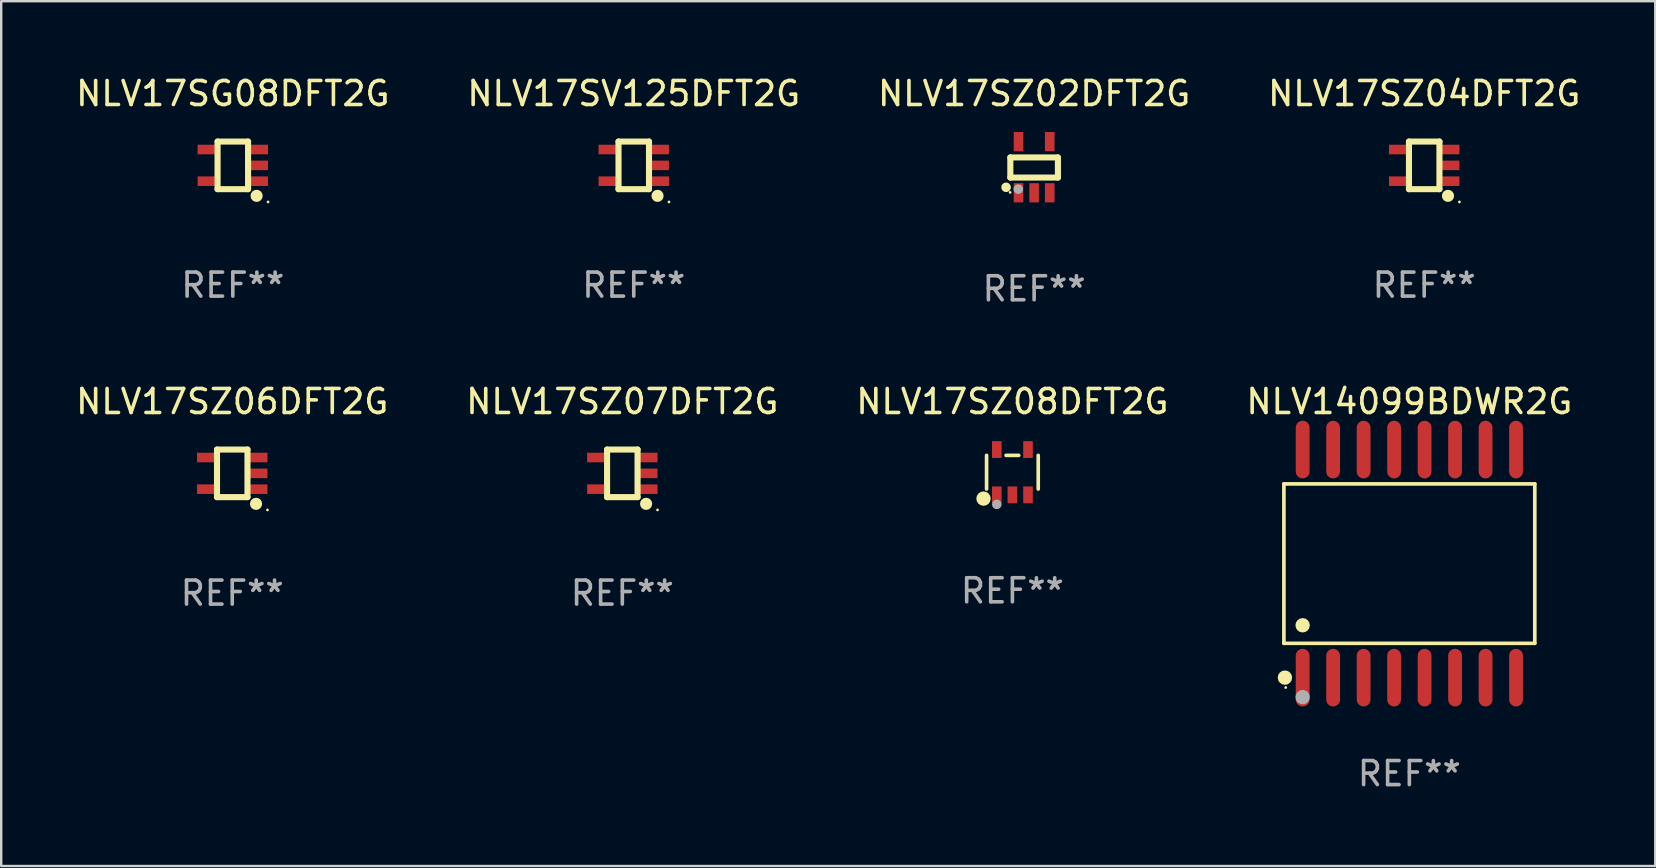
<source format=kicad_pcb>
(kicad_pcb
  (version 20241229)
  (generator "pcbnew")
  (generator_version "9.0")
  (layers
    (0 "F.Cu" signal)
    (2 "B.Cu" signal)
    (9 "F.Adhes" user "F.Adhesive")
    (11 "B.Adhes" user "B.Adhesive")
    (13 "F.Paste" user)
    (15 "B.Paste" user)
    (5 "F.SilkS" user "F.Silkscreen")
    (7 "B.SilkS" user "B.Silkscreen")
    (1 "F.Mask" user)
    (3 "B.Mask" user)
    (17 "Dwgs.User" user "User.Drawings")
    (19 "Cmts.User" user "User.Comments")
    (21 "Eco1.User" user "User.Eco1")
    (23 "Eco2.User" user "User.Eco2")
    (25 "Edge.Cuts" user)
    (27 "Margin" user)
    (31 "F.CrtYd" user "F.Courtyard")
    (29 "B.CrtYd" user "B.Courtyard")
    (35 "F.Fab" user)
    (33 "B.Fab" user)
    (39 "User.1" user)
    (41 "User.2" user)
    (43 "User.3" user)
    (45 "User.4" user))
  (footprint "NLV17SV125DFT2G"
    (layer "F.Cu")
    (at 23.351 3.839)
    (property "Reference" "NLV17SV125DFT2G" (at 0 -2.991 0) (layer "F.SilkS") (effects (font (size 1 1) (thickness 0.15))))
    (attr through_hole)
    (fp_line (start -0.635 -0.991) (end 0.635 -0.991) (stroke (width 0.254) (type solid)) (layer "F.SilkS"))
    (fp_line (start -0.635 0.991) (end -0.635 -0.991) (stroke (width 0.254) (type solid)) (layer "F.SilkS"))
    (fp_line (start 0.635 -0.991) (end 0.635 0.991) (stroke (width 0.254) (type solid)) (layer "F.SilkS"))
    (fp_line (start 0.635 0.991) (end -0.635 0.991) (stroke (width 0.254) (type solid)) (layer "F.SilkS"))
    (fp_circle (center 0.991 1.27) (end 1.118 1.27) (stroke (width 0.254) (type solid)) (fill no) (layer "F.SilkS"))
    (fp_circle (center 1.467 1.524) (end 1.497 1.524) (stroke (width 0.06) (type solid)) (fill no) (layer "F.SilkS"))
    (fp_text user "REF**" (at 0 4.991 0) (layer "F.Fab") (effects (font (size 1 1) (thickness 0.15))))
    (pad "1" smd rect (at 1.067 0.66 180) (size 0.8 0.399) (layers "F.Cu" "F.Mask" "F.Paste"))
    (pad "2" smd rect (at 1.067 0 180) (size 0.8 0.399) (layers "F.Cu" "F.Mask" "F.Paste"))
    (pad "3" smd rect (at 1.067 -0.66 180) (size 0.8 0.399) (layers "F.Cu" "F.Mask" "F.Paste"))
    (pad "4" smd rect (at -1.067 -0.66 180) (size 0.8 0.399) (layers "F.Cu" "F.Mask" "F.Paste"))
    (pad "5" smd rect (at -1.066 0.659 180) (size 0.8 0.399) (layers "F.Cu" "F.Mask" "F.Paste")))
  (footprint "NLV17SZ06DFT2G"
    (layer "F.Cu")
    (at 6.625 16.669)
    (property "Reference" "NLV17SZ06DFT2G" (at 0 -2.991 0) (layer "F.SilkS") (effects (font (size 1 1) (thickness 0.15))))
    (attr through_hole)
    (fp_line (start -0.635 -0.991) (end 0.635 -0.991) (stroke (width 0.254) (type solid)) (layer "F.SilkS"))
    (fp_line (start -0.635 0.991) (end -0.635 -0.991) (stroke (width 0.254) (type solid)) (layer "F.SilkS"))
    (fp_line (start 0.635 -0.991) (end 0.635 0.991) (stroke (width 0.254) (type solid)) (layer "F.SilkS"))
    (fp_line (start 0.635 0.991) (end -0.635 0.991) (stroke (width 0.254) (type solid)) (layer "F.SilkS"))
    (fp_circle (center 0.991 1.27) (end 1.118 1.27) (stroke (width 0.254) (type solid)) (fill no) (layer "F.SilkS"))
    (fp_circle (center 1.467 1.524) (end 1.497 1.524) (stroke (width 0.06) (type solid)) (fill no) (layer "F.SilkS"))
    (fp_text user "REF**" (at 0 4.991 0) (layer "F.Fab") (effects (font (size 1 1) (thickness 0.15))))
    (pad "1" smd rect (at 1.067 0.66 180) (size 0.8 0.399) (layers "F.Cu" "F.Mask" "F.Paste"))
    (pad "2" smd rect (at 1.067 0 180) (size 0.8 0.399) (layers "F.Cu" "F.Mask" "F.Paste"))
    (pad "3" smd rect (at 1.067 -0.66 180) (size 0.8 0.399) (layers "F.Cu" "F.Mask" "F.Paste"))
    (pad "4" smd rect (at -1.067 -0.66 180) (size 0.8 0.399) (layers "F.Cu" "F.Mask" "F.Paste"))
    (pad "5" smd rect (at -1.066 0.659 180) (size 0.8 0.399) (layers "F.Cu" "F.Mask" "F.Paste")))
  (footprint "NLV17SZ08DFT2G"
    (layer "F.Cu")
    (at 39.125 16.621)
    (property "Reference" "NLV17SZ08DFT2G" (at 0 -2.943 0) (layer "F.SilkS") (effects (font (size 1 1) (thickness 0.15))))
    (attr through_hole)
    (fp_line (start -1.076 0.701) (end -1.076 -0.701) (stroke (width 0.152) (type solid)) (layer "F.SilkS"))
    (fp_line (start 0.264 -0.701) (end -0.264 -0.701) (stroke (width 0.152) (type solid)) (layer "F.SilkS"))
    (fp_line (start 1.076 0.701) (end 1.076 -0.701) (stroke (width 0.152) (type solid)) (layer "F.SilkS"))
    (fp_circle (center -1.203 1.1) (end -1.053 1.1) (stroke (width 0.3) (type solid)) (fill no) (layer "F.SilkS"))
    (fp_circle (center -1 1.05) (end -0.97 1.05) (stroke (width 0.06) (type solid)) (fill no) (layer "F.SilkS"))
    (fp_circle (center -0.65 1.341) (end -0.55 1.341) (stroke (width 0.2) (type solid)) (fill no) (layer "F.Fab"))
    (fp_text user "REF**" (at 0 4.943 0) (layer "F.Fab") (effects (font (size 1 1) (thickness 0.15))))
    (pad "1" smd rect (at -0.65 0.943) (size 0.4 0.7) (layers "F.Cu" "F.Mask" "F.Paste"))
    (pad "2" smd rect (at 0.000114 0.943) (size 0.4 0.7) (layers "F.Cu" "F.Mask" "F.Paste"))
    (pad "3" smd rect (at 0.65 0.943) (size 0.4 0.7) (layers "F.Cu" "F.Mask" "F.Paste"))
    (pad "4" smd rect (at 0.65 -0.943) (size 0.4 0.7) (layers "F.Cu" "F.Mask" "F.Paste"))
    (pad "5" smd rect (at -0.65 -0.943) (size 0.4 0.7) (layers "F.Cu" "F.Mask" "F.Paste")))
  (footprint "NLV17SZ02DFT2G"
    (layer "F.Cu")
    (at 40.03 3.915)
    (property "Reference" "NLV17SZ02DFT2G" (at 0 -3.067 0) (layer "F.SilkS") (effects (font (size 1 1) (thickness 0.15))))
    (attr through_hole)
    (fp_line (start -0.991 -0.406) (end 0.991 -0.406) (stroke (width 0.254) (type solid)) (layer "F.SilkS"))
    (fp_line (start -0.991 0.432) (end -0.991 -0.406) (stroke (width 0.254) (type solid)) (layer "F.SilkS"))
    (fp_line (start 0.991 -0.406) (end 0.991 0.432) (stroke (width 0.254) (type solid)) (layer "F.SilkS"))
    (fp_line (start 0.991 0.432) (end -0.991 0.432) (stroke (width 0.254) (type solid)) (layer "F.SilkS"))
    (fp_circle (center -1.168 0.838) (end -1.068 0.838) (stroke (width 0.2) (type solid)) (fill no) (layer "F.SilkS"))
    (fp_circle (center -1 1.05) (end -0.97 1.05) (stroke (width 0.06) (type solid)) (fill no) (layer "F.SilkS"))
    (fp_circle (center -0.66 0.914) (end -0.56 0.914) (stroke (width 0.2) (type solid)) (fill no) (layer "F.Fab"))
    (fp_text user "REF**" (at 0 5.067 0) (layer "F.Fab") (effects (font (size 1 1) (thickness 0.15))))
    (pad "1" smd rect (at -0.65 1.067 90) (size 0.8 0.399) (layers "F.Cu" "F.Mask" "F.Paste"))
    (pad "2" smd rect (at 0 1.067 90) (size 0.8 0.399) (layers "F.Cu" "F.Mask" "F.Paste"))
    (pad "3" smd rect (at 0.65 1.067 90) (size 0.8 0.399) (layers "F.Cu" "F.Mask" "F.Paste"))
    (pad "4" smd rect (at 0.65 -1.067 90) (size 0.8 0.399) (layers "F.Cu" "F.Mask" "F.Paste"))
    (pad "5" smd rect (at -0.65 -1.066 90) (size 0.8 0.399) (layers "F.Cu" "F.Mask" "F.Paste")))
  (footprint "NLV17SG08DFT2G"
    (layer "F.Cu")
    (at 6.649 3.839)
    (property "Reference" "NLV17SG08DFT2G" (at 0 -2.991 0) (layer "F.SilkS") (effects (font (size 1 1) (thickness 0.15))))
    (attr through_hole)
    (fp_line (start -0.635 -0.991) (end 0.635 -0.991) (stroke (width 0.254) (type solid)) (layer "F.SilkS"))
    (fp_line (start -0.635 0.991) (end -0.635 -0.991) (stroke (width 0.254) (type solid)) (layer "F.SilkS"))
    (fp_line (start 0.635 -0.991) (end 0.635 0.991) (stroke (width 0.254) (type solid)) (layer "F.SilkS"))
    (fp_line (start 0.635 0.991) (end -0.635 0.991) (stroke (width 0.254) (type solid)) (layer "F.SilkS"))
    (fp_circle (center 0.991 1.27) (end 1.118 1.27) (stroke (width 0.254) (type solid)) (fill no) (layer "F.SilkS"))
    (fp_circle (center 1.467 1.524) (end 1.497 1.524) (stroke (width 0.06) (type solid)) (fill no) (layer "F.SilkS"))
    (fp_text user "REF**" (at 0 4.991 0) (layer "F.Fab") (effects (font (size 1 1) (thickness 0.15))))
    (pad "1" smd rect (at 1.067 0.66 180) (size 0.8 0.399) (layers "F.Cu" "F.Mask" "F.Paste"))
    (pad "2" smd rect (at 1.067 0 180) (size 0.8 0.399) (layers "F.Cu" "F.Mask" "F.Paste"))
    (pad "3" smd rect (at 1.067 -0.66 180) (size 0.8 0.399) (layers "F.Cu" "F.Mask" "F.Paste"))
    (pad "4" smd rect (at -1.067 -0.66 180) (size 0.8 0.399) (layers "F.Cu" "F.Mask" "F.Paste"))
    (pad "5" smd rect (at -1.066 0.659 180) (size 0.8 0.399) (layers "F.Cu" "F.Mask" "F.Paste")))
  (footprint "NLV14099BDWR2G"
    (layer "F.Cu")
    (at 55.661 20.429)
    (property "Reference" "NLV14099BDWR2G" (at 0 -6.75 0) (layer "F.SilkS") (effects (font (size 1 1) (thickness 0.15))))
    (attr through_hole)
    (fp_line (start -5.226 -3.321) (end 5.226 -3.321) (stroke (width 0.152) (type solid)) (layer "F.SilkS"))
    (fp_line (start -5.226 3.321) (end -5.226 -3.321) (stroke (width 0.152) (type solid)) (layer "F.SilkS"))
    (fp_line (start 5.226 -3.321) (end 5.226 3.321) (stroke (width 0.152) (type solid)) (layer "F.SilkS"))
    (fp_line (start 5.226 3.321) (end -5.226 3.321) (stroke (width 0.152) (type solid)) (layer "F.SilkS"))
    (fp_circle (center -5.184 4.75) (end -5.034 4.75) (stroke (width 0.3) (type solid)) (fill no) (layer "F.SilkS"))
    (fp_circle (center -5.15 5.163) (end -5.12 5.163) (stroke (width 0.06) (type solid)) (fill no) (layer "F.SilkS"))
    (fp_circle (center -4.445 2.569) (end -4.295 2.569) (stroke (width 0.3) (type solid)) (fill no) (layer "F.SilkS"))
    (fp_circle (center -4.445 5.563) (end -4.295 5.563) (stroke (width 0.3) (type solid)) (fill no) (layer "F.Fab"))
    (fp_text user "REF**" (at 0 8.75 0) (layer "F.Fab") (effects (font (size 1 1) (thickness 0.15))))
    (pad "1" smd oval (at -4.445 4.75) (size 0.574 2.401) (layers "F.Cu" "F.Mask" "F.Paste"))
    (pad "2" smd oval (at -3.175 4.75) (size 0.574 2.401) (layers "F.Cu" "F.Mask" "F.Paste"))
    (pad "3" smd oval (at -1.905 4.75) (size 0.574 2.401) (layers "F.Cu" "F.Mask" "F.Paste"))
    (pad "4" smd oval (at -0.635 4.75) (size 0.574 2.401) (layers "F.Cu" "F.Mask" "F.Paste"))
    (pad "5" smd oval (at 0.635 4.75) (size 0.574 2.401) (layers "F.Cu" "F.Mask" "F.Paste"))
    (pad "6" smd oval (at 1.905 4.75) (size 0.574 2.401) (layers "F.Cu" "F.Mask" "F.Paste"))
    (pad "7" smd oval (at 3.175 4.75) (size 0.574 2.401) (layers "F.Cu" "F.Mask" "F.Paste"))
    (pad "8" smd oval (at 4.445 4.75) (size 0.574 2.401) (layers "F.Cu" "F.Mask" "F.Paste"))
    (pad "9" smd oval (at 4.445 -4.75) (size 0.574 2.401) (layers "F.Cu" "F.Mask" "F.Paste"))
    (pad "10" smd oval (at 3.175 -4.75) (size 0.574 2.401) (layers "F.Cu" "F.Mask" "F.Paste"))
    (pad "11" smd oval (at 1.905 -4.75) (size 0.574 2.401) (layers "F.Cu" "F.Mask" "F.Paste"))
    (pad "12" smd oval (at 0.635 -4.75) (size 0.574 2.401) (layers "F.Cu" "F.Mask" "F.Paste"))
    (pad "13" smd oval (at -0.635 -4.75) (size 0.574 2.401) (layers "F.Cu" "F.Mask" "F.Paste"))
    (pad "14" smd oval (at -1.905 -4.75) (size 0.574 2.401) (layers "F.Cu" "F.Mask" "F.Paste"))
    (pad "15" smd oval (at -3.175 -4.75) (size 0.574 2.401) (layers "F.Cu" "F.Mask" "F.Paste"))
    (pad "16" smd oval (at -4.445 -4.75) (size 0.574 2.401) (layers "F.Cu" "F.Mask" "F.Paste")))
  (footprint "NLV17SZ04DFT2G"
    (layer "F.Cu")
    (at 56.28 3.839)
    (property "Reference" "NLV17SZ04DFT2G" (at 0 -2.991 0) (layer "F.SilkS") (effects (font (size 1 1) (thickness 0.15))))
    (attr through_hole)
    (fp_line (start -0.635 -0.991) (end 0.635 -0.991) (stroke (width 0.254) (type solid)) (layer "F.SilkS"))
    (fp_line (start -0.635 0.991) (end -0.635 -0.991) (stroke (width 0.254) (type solid)) (layer "F.SilkS"))
    (fp_line (start 0.635 -0.991) (end 0.635 0.991) (stroke (width 0.254) (type solid)) (layer "F.SilkS"))
    (fp_line (start 0.635 0.991) (end -0.635 0.991) (stroke (width 0.254) (type solid)) (layer "F.SilkS"))
    (fp_circle (center 0.991 1.27) (end 1.118 1.27) (stroke (width 0.254) (type solid)) (fill no) (layer "F.SilkS"))
    (fp_circle (center 1.467 1.524) (end 1.497 1.524) (stroke (width 0.06) (type solid)) (fill no) (layer "F.SilkS"))
    (fp_text user "REF**" (at 0 4.991 0) (layer "F.Fab") (effects (font (size 1 1) (thickness 0.15))))
    (pad "1" smd rect (at 1.067 0.66 180) (size 0.8 0.399) (layers "F.Cu" "F.Mask" "F.Paste"))
    (pad "2" smd rect (at 1.067 0 180) (size 0.8 0.399) (layers "F.Cu" "F.Mask" "F.Paste"))
    (pad "3" smd rect (at 1.067 -0.66 180) (size 0.8 0.399) (layers "F.Cu" "F.Mask" "F.Paste"))
    (pad "4" smd rect (at -1.067 -0.66 180) (size 0.8 0.399) (layers "F.Cu" "F.Mask" "F.Paste"))
    (pad "5" smd rect (at -1.066 0.659 180) (size 0.8 0.399) (layers "F.Cu" "F.Mask" "F.Paste")))
  (footprint "NLV17SZ07DFT2G"
    (layer "F.Cu")
    (at 22.875 16.669)
    (property "Reference" "NLV17SZ07DFT2G" (at 0 -2.991 0) (layer "F.SilkS") (effects (font (size 1 1) (thickness 0.15))))
    (attr through_hole)
    (fp_line (start -0.635 -0.991) (end 0.635 -0.991) (stroke (width 0.254) (type solid)) (layer "F.SilkS"))
    (fp_line (start -0.635 0.991) (end -0.635 -0.991) (stroke (width 0.254) (type solid)) (layer "F.SilkS"))
    (fp_line (start 0.635 -0.991) (end 0.635 0.991) (stroke (width 0.254) (type solid)) (layer "F.SilkS"))
    (fp_line (start 0.635 0.991) (end -0.635 0.991) (stroke (width 0.254) (type solid)) (layer "F.SilkS"))
    (fp_circle (center 0.991 1.27) (end 1.118 1.27) (stroke (width 0.254) (type solid)) (fill no) (layer "F.SilkS"))
    (fp_circle (center 1.467 1.524) (end 1.497 1.524) (stroke (width 0.06) (type solid)) (fill no) (layer "F.SilkS"))
    (fp_text user "REF**" (at 0 4.991 0) (layer "F.Fab") (effects (font (size 1 1) (thickness 0.15))))
    (pad "1" smd rect (at 1.067 0.66 180) (size 0.8 0.399) (layers "F.Cu" "F.Mask" "F.Paste"))
    (pad "2" smd rect (at 1.067 0 180) (size 0.8 0.399) (layers "F.Cu" "F.Mask" "F.Paste"))
    (pad "3" smd rect (at 1.067 -0.66 180) (size 0.8 0.399) (layers "F.Cu" "F.Mask" "F.Paste"))
    (pad "4" smd rect (at -1.067 -0.66 180) (size 0.8 0.399) (layers "F.Cu" "F.Mask" "F.Paste"))
    (pad "5" smd rect (at -1.066 0.659 180) (size 0.8 0.399) (layers "F.Cu" "F.Mask" "F.Paste")))
  (gr_rect
    (start -3 -3)
    (end 65.905 33.027)
    (stroke (width 0.1) (type default))
    (fill no)
    (layer "Edge.Cuts")))
</source>
